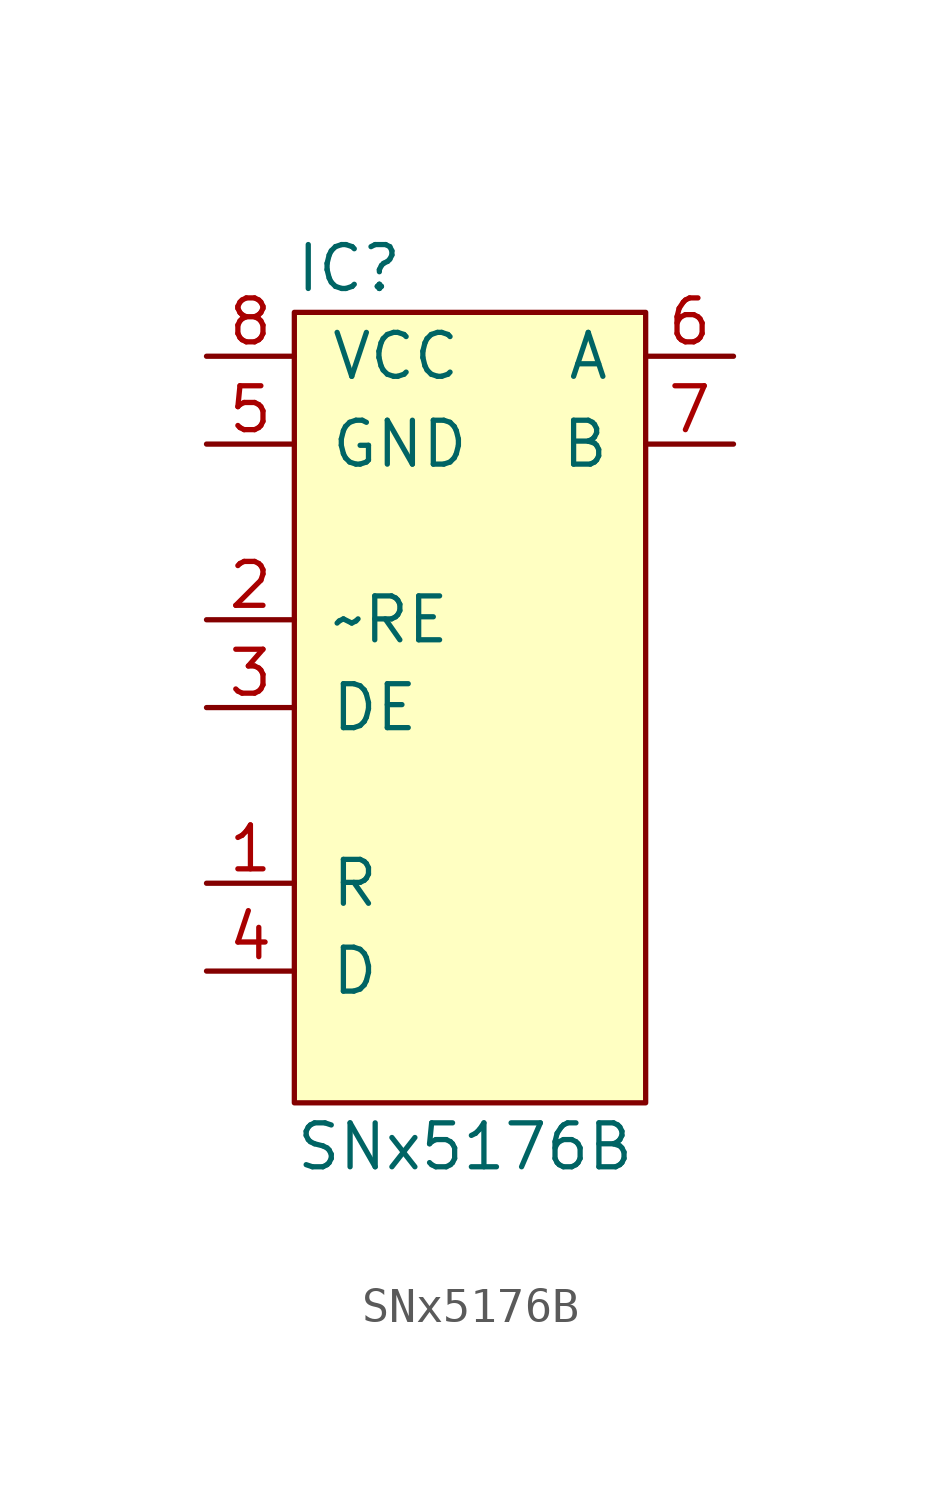
<source format=kicad_sym>
(kicad_symbol_lib
  (version 20211014)
  (generator agg_kicad.build_lib_ic)
  (symbol "SNx5176B"
    (pin_names
      (offset 1.016))
    (property Reference IC
      (at -5.08 12.7 0)
      (effects (font (size 1.27 1.27)) (justify left)))
    (property Value "SNx5176B"
      (at -5.08 -12.7 0)
      (effects (font (size 1.27 1.27)) (justify left)))
    (symbol "SNx5176B_0_0"
      (rectangle (start -5.08 11.43) (end 5.08 -11.43) (stroke (width 0) (type default) (color 0 0 0 0)) (fill (type background)))
      (pin power_in line (at -7.62 10.16 0) (length 2.54) (name VCC (effects (font (size 1.27 1.27)))) (number "8" (effects (font (size 1.27 1.27)))))
      (pin power_in line (at -7.62 7.62 0) (length 2.54) (name GND (effects (font (size 1.27 1.27)))) (number "5" (effects (font (size 1.27 1.27)))))
      (pin input line (at -7.62 2.54 0) (length 2.54) (name "~RE" (effects (font (size 1.27 1.27)))) (number "2" (effects (font (size 1.27 1.27)))))
      (pin input line (at -7.62 0 0) (length 2.54) (name DE (effects (font (size 1.27 1.27)))) (number "3" (effects (font (size 1.27 1.27)))))
      (pin output line (at -7.62 -5.08 0) (length 2.54) (name R (effects (font (size 1.27 1.27)))) (number "1" (effects (font (size 1.27 1.27)))))
      (pin input line (at -7.62 -7.62 0) (length 2.54) (name D (effects (font (size 1.27 1.27)))) (number "4" (effects (font (size 1.27 1.27)))))
      (pin bidirectional line (at 7.62 10.16 180) (length 2.54) (name A (effects (font (size 1.27 1.27)))) (number "6" (effects (font (size 1.27 1.27)))))
      (pin bidirectional line (at 7.62 7.62 180) (length 2.54) (name B (effects (font (size 1.27 1.27)))) (number "7" (effects (font (size 1.27 1.27))))))))
</source>
